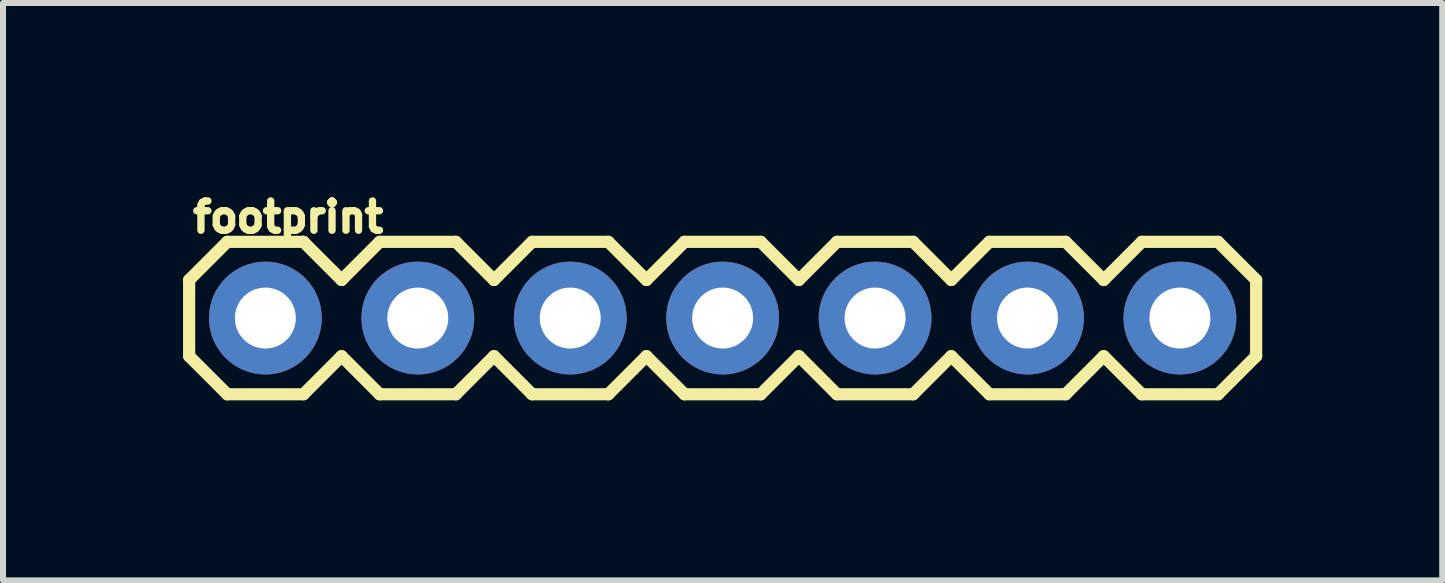
<source format=kicad_pcb>
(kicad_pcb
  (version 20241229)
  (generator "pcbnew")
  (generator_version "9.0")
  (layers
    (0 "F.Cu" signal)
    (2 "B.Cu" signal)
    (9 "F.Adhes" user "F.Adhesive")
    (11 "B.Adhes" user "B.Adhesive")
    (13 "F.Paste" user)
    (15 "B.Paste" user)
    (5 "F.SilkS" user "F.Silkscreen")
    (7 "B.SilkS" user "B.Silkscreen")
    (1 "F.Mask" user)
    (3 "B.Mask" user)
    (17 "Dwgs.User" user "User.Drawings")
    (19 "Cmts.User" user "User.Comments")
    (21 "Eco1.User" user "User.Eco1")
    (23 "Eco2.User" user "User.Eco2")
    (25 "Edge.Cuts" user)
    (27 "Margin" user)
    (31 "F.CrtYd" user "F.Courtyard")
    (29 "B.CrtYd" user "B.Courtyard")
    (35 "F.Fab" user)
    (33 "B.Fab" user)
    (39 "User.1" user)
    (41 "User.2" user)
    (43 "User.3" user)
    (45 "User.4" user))
  (footprint "footprint"
    (layer "F.Cu")
    (at 1.372 2.25)
    (property "Reference" "footprint" (at -1.27 -1.397 0) (layer "F.SilkS") (effects (font (size 0.488 0.488) (thickness 0.122)) (justify left bottom)))
    (fp_line (start -1.27 -0.635) (end -1.27 0.635) (stroke (width 0.203) (type solid)) (layer "F.SilkS"))
    (fp_line (start -1.27 0.635) (end -0.635 1.27) (stroke (width 0.203) (type solid)) (layer "F.SilkS"))
    (fp_line (start -0.635 -1.27) (end -1.27 -0.635) (stroke (width 0.203) (type solid)) (layer "F.SilkS"))
    (fp_line (start -0.635 -1.27) (end 0.635 -1.27) (stroke (width 0.203) (type solid)) (layer "F.SilkS"))
    (fp_line (start 0.635 -1.27) (end 1.27 -0.635) (stroke (width 0.203) (type solid)) (layer "F.SilkS"))
    (fp_line (start 0.635 1.27) (end -0.635 1.27) (stroke (width 0.203) (type solid)) (layer "F.SilkS"))
    (fp_line (start 1.27 -0.635) (end 1.905 -1.27) (stroke (width 0.203) (type solid)) (layer "F.SilkS"))
    (fp_line (start 1.27 0.635) (end 0.635 1.27) (stroke (width 0.203) (type solid)) (layer "F.SilkS"))
    (fp_line (start 1.905 -1.27) (end 3.175 -1.27) (stroke (width 0.203) (type solid)) (layer "F.SilkS"))
    (fp_line (start 1.905 1.27) (end 1.27 0.635) (stroke (width 0.203) (type solid)) (layer "F.SilkS"))
    (fp_line (start 3.175 -1.27) (end 3.81 -0.635) (stroke (width 0.203) (type solid)) (layer "F.SilkS"))
    (fp_line (start 3.175 1.27) (end 1.905 1.27) (stroke (width 0.203) (type solid)) (layer "F.SilkS"))
    (fp_line (start 3.81 -0.635) (end 4.445 -1.27) (stroke (width 0.203) (type solid)) (layer "F.SilkS"))
    (fp_line (start 3.81 0.635) (end 3.175 1.27) (stroke (width 0.203) (type solid)) (layer "F.SilkS"))
    (fp_line (start 4.445 -1.27) (end 5.715 -1.27) (stroke (width 0.203) (type solid)) (layer "F.SilkS"))
    (fp_line (start 4.445 1.27) (end 3.81 0.635) (stroke (width 0.203) (type solid)) (layer "F.SilkS"))
    (fp_line (start 5.715 -1.27) (end 6.35 -0.635) (stroke (width 0.203) (type solid)) (layer "F.SilkS"))
    (fp_line (start 5.715 1.27) (end 4.445 1.27) (stroke (width 0.203) (type solid)) (layer "F.SilkS"))
    (fp_line (start 6.35 0.635) (end 5.715 1.27) (stroke (width 0.203) (type solid)) (layer "F.SilkS"))
    (fp_line (start 6.35 0.635) (end 6.985 1.27) (stroke (width 0.203) (type solid)) (layer "F.SilkS"))
    (fp_line (start 6.985 -1.27) (end 6.35 -0.635) (stroke (width 0.203) (type solid)) (layer "F.SilkS"))
    (fp_line (start 6.985 -1.27) (end 8.255 -1.27) (stroke (width 0.203) (type solid)) (layer "F.SilkS"))
    (fp_line (start 8.255 -1.27) (end 8.89 -0.635) (stroke (width 0.203) (type solid)) (layer "F.SilkS"))
    (fp_line (start 8.255 1.27) (end 6.985 1.27) (stroke (width 0.203) (type solid)) (layer "F.SilkS"))
    (fp_line (start 8.89 -0.635) (end 9.525 -1.27) (stroke (width 0.203) (type solid)) (layer "F.SilkS"))
    (fp_line (start 8.89 0.635) (end 8.255 1.27) (stroke (width 0.203) (type solid)) (layer "F.SilkS"))
    (fp_line (start 9.525 -1.27) (end 10.795 -1.27) (stroke (width 0.203) (type solid)) (layer "F.SilkS"))
    (fp_line (start 9.525 1.27) (end 8.89 0.635) (stroke (width 0.203) (type solid)) (layer "F.SilkS"))
    (fp_line (start 10.795 -1.27) (end 11.43 -0.635) (stroke (width 0.203) (type solid)) (layer "F.SilkS"))
    (fp_line (start 10.795 1.27) (end 9.525 1.27) (stroke (width 0.203) (type solid)) (layer "F.SilkS"))
    (fp_line (start 11.43 -0.635) (end 12.065 -1.27) (stroke (width 0.203) (type solid)) (layer "F.SilkS"))
    (fp_line (start 11.43 0.635) (end 10.795 1.27) (stroke (width 0.203) (type solid)) (layer "F.SilkS"))
    (fp_line (start 12.065 -1.27) (end 13.335 -1.27) (stroke (width 0.203) (type solid)) (layer "F.SilkS"))
    (fp_line (start 12.065 1.27) (end 11.43 0.635) (stroke (width 0.203) (type solid)) (layer "F.SilkS"))
    (fp_line (start 13.335 -1.27) (end 13.97 -0.635) (stroke (width 0.203) (type solid)) (layer "F.SilkS"))
    (fp_line (start 13.335 1.27) (end 12.065 1.27) (stroke (width 0.203) (type solid)) (layer "F.SilkS"))
    (fp_line (start 13.97 0.635) (end 13.335 1.27) (stroke (width 0.203) (type solid)) (layer "F.SilkS"))
    (fp_line (start 13.97 0.635) (end 14.605 1.27) (stroke (width 0.203) (type solid)) (layer "F.SilkS"))
    (fp_line (start 14.605 -1.27) (end 13.97 -0.635) (stroke (width 0.203) (type solid)) (layer "F.SilkS"))
    (fp_line (start 14.605 -1.27) (end 15.875 -1.27) (stroke (width 0.203) (type solid)) (layer "F.SilkS"))
    (fp_line (start 15.875 -1.27) (end 16.51 -0.635) (stroke (width 0.203) (type solid)) (layer "F.SilkS"))
    (fp_line (start 15.875 1.27) (end 14.605 1.27) (stroke (width 0.203) (type solid)) (layer "F.SilkS"))
    (fp_line (start 16.51 -0.635) (end 16.51 0.635) (stroke (width 0.203) (type solid)) (layer "F.SilkS"))
    (fp_line (start 16.51 0.635) (end 15.875 1.27) (stroke (width 0.203) (type solid)) (layer "F.SilkS"))
    (fp_poly (pts (xy -0.254 0.254) (xy 0.254 0.254) (xy 0.254 -0.254) (xy -0.254 -0.254)) (stroke (width 0.1) (type solid)) (fill no) (layer "F.Fab"))
    (fp_poly (pts (xy 2.286 0.254) (xy 2.794 0.254) (xy 2.794 -0.254) (xy 2.286 -0.254)) (stroke (width 0.1) (type solid)) (fill no) (layer "F.Fab"))
    (fp_poly (pts (xy 4.826 0.254) (xy 5.334 0.254) (xy 5.334 -0.254) (xy 4.826 -0.254)) (stroke (width 0.1) (type solid)) (fill no) (layer "F.Fab"))
    (fp_poly (pts (xy 7.366 0.254) (xy 7.874 0.254) (xy 7.874 -0.254) (xy 7.366 -0.254)) (stroke (width 0.1) (type solid)) (fill no) (layer "F.Fab"))
    (fp_poly (pts (xy 9.906 0.254) (xy 10.414 0.254) (xy 10.414 -0.254) (xy 9.906 -0.254)) (stroke (width 0.1) (type solid)) (fill no) (layer "F.Fab"))
    (fp_poly (pts (xy 12.446 0.254) (xy 12.954 0.254) (xy 12.954 -0.254) (xy 12.446 -0.254)) (stroke (width 0.1) (type solid)) (fill no) (layer "F.Fab"))
    (fp_poly (pts (xy 14.986 0.254) (xy 15.494 0.254) (xy 15.494 -0.254) (xy 14.986 -0.254)) (stroke (width 0.1) (type solid)) (fill no) (layer "F.Fab"))
    (pad "1" thru_hole circle (at 0 0 90) (size 1.88 1.88) (drill 1.016) (layers "*.Cu" "*.Mask"))
    (pad "2" thru_hole circle (at 2.54 0 90) (size 1.88 1.88) (drill 1.016) (layers "*.Cu" "*.Mask"))
    (pad "3" thru_hole circle (at 5.08 0 90) (size 1.88 1.88) (drill 1.016) (layers "*.Cu" "*.Mask"))
    (pad "4" thru_hole circle (at 7.62 0 90) (size 1.88 1.88) (drill 1.016) (layers "*.Cu" "*.Mask"))
    (pad "5" thru_hole circle (at 10.16 0 90) (size 1.88 1.88) (drill 1.016) (layers "*.Cu" "*.Mask"))
    (pad "6" thru_hole circle (at 12.7 0 90) (size 1.88 1.88) (drill 1.016) (layers "*.Cu" "*.Mask"))
    (pad "7" thru_hole circle (at 15.24 0 90) (size 1.88 1.88) (drill 1.016) (layers "*.Cu" "*.Mask")))
  (gr_rect
    (start -3 -3)
    (end 20.983 6.622)
    (stroke (width 0.1) (type default))
    (fill no)
    (layer "Edge.Cuts")))
</source>
